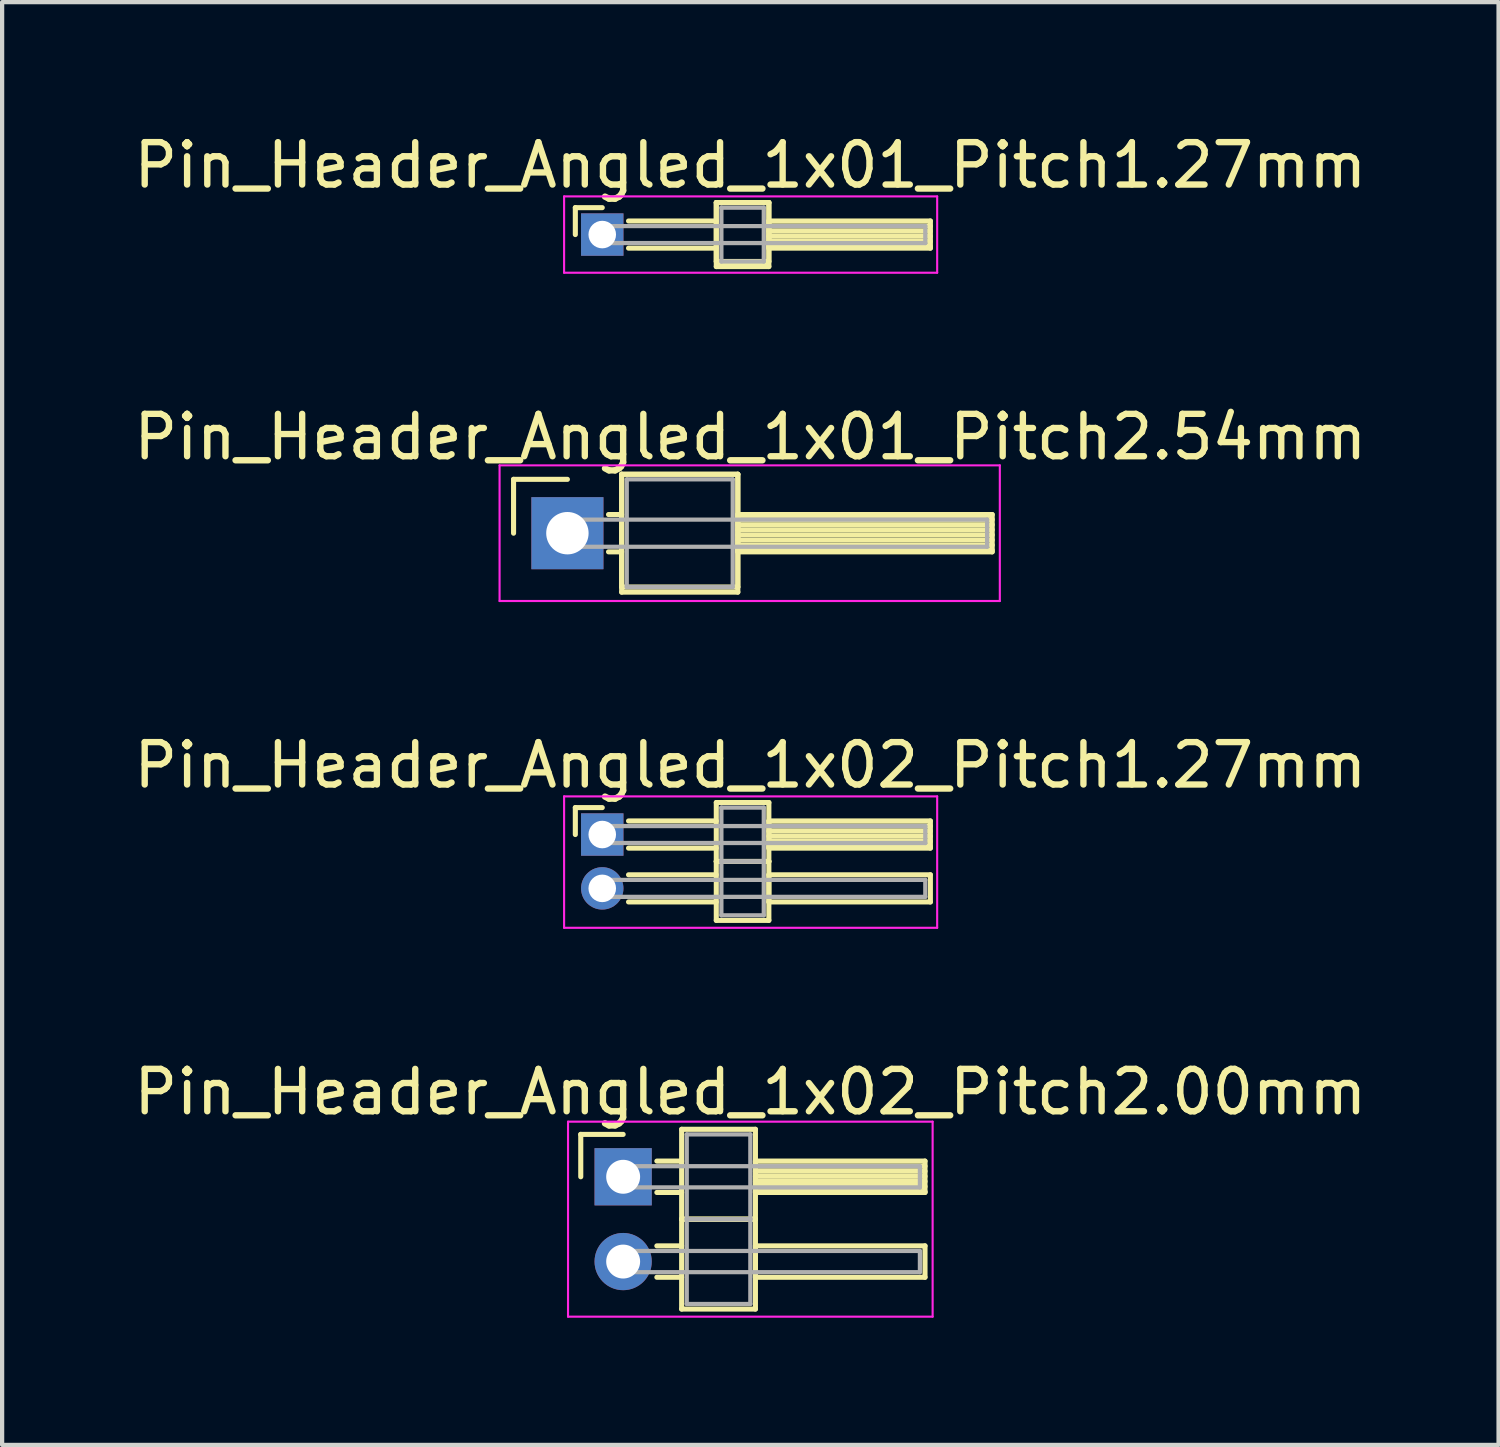
<source format=kicad_pcb>
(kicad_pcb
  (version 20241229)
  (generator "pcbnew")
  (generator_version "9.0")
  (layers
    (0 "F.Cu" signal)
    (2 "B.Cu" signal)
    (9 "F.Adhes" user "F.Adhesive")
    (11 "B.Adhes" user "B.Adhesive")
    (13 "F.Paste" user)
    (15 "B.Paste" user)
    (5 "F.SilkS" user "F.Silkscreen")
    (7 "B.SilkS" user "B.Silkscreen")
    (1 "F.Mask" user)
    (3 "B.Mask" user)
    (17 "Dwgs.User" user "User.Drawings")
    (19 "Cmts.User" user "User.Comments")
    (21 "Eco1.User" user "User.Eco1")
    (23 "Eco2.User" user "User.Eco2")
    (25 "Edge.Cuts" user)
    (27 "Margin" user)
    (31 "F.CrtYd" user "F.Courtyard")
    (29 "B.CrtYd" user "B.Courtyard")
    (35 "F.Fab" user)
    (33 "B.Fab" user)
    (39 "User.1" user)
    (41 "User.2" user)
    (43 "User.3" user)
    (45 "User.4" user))
  (footprint "Pin_Header_Angled_1x02_Pitch2.00mm"
    (layer "F.Cu")
    (at 11.649 24.708)
    (property "Reference" "Pin_Header_Angled_1x02_Pitch2.00mm" (at 3 -2 0) (layer "F.SilkS") (effects (font (size 1 1) (thickness 0.15))))
    (attr through_hole)
    (fp_line (start -1 -1) (end 0 -1) (stroke (width 0.12) (type solid)) (layer "F.SilkS"))
    (fp_line (start -1 0) (end -1 -1) (stroke (width 0.12) (type solid)) (layer "F.SilkS"))
    (fp_line (start 0.795 -0.37) (end 1.38 -0.37) (stroke (width 0.12) (type solid)) (layer "F.SilkS"))
    (fp_line (start 0.795 0.37) (end 1.38 0.37) (stroke (width 0.12) (type solid)) (layer "F.SilkS"))
    (fp_line (start 0.795 1.63) (end 1.38 1.63) (stroke (width 0.12) (type solid)) (layer "F.SilkS"))
    (fp_line (start 0.795 2.37) (end 1.38 2.37) (stroke (width 0.12) (type solid)) (layer "F.SilkS"))
    (fp_line (start 1.38 -1.12) (end 1.38 1) (stroke (width 0.12) (type solid)) (layer "F.SilkS"))
    (fp_line (start 1.38 1) (end 1.38 3.12) (stroke (width 0.12) (type solid)) (layer "F.SilkS"))
    (fp_line (start 1.38 1) (end 3.12 1) (stroke (width 0.12) (type solid)) (layer "F.SilkS"))
    (fp_line (start 1.38 3.12) (end 3.12 3.12) (stroke (width 0.12) (type solid)) (layer "F.SilkS"))
    (fp_line (start 3.12 -1.12) (end 1.38 -1.12) (stroke (width 0.12) (type solid)) (layer "F.SilkS"))
    (fp_line (start 3.12 -0.37) (end 3.12 0.37) (stroke (width 0.12) (type solid)) (layer "F.SilkS"))
    (fp_line (start 3.12 -0.25) (end 7.12 -0.25) (stroke (width 0.12) (type solid)) (layer "F.SilkS"))
    (fp_line (start 3.12 -0.13) (end 7.12 -0.13) (stroke (width 0.12) (type solid)) (layer "F.SilkS"))
    (fp_line (start 3.12 -0.01) (end 7.12 -0.01) (stroke (width 0.12) (type solid)) (layer "F.SilkS"))
    (fp_line (start 3.12 0.11) (end 7.12 0.11) (stroke (width 0.12) (type solid)) (layer "F.SilkS"))
    (fp_line (start 3.12 0.23) (end 7.12 0.23) (stroke (width 0.12) (type solid)) (layer "F.SilkS"))
    (fp_line (start 3.12 0.35) (end 7.12 0.35) (stroke (width 0.12) (type solid)) (layer "F.SilkS"))
    (fp_line (start 3.12 0.37) (end 7.12 0.37) (stroke (width 0.12) (type solid)) (layer "F.SilkS"))
    (fp_line (start 3.12 1) (end 1.38 1) (stroke (width 0.12) (type solid)) (layer "F.SilkS"))
    (fp_line (start 3.12 1) (end 3.12 -1.12) (stroke (width 0.12) (type solid)) (layer "F.SilkS"))
    (fp_line (start 3.12 1.63) (end 3.12 2.37) (stroke (width 0.12) (type solid)) (layer "F.SilkS"))
    (fp_line (start 3.12 2.37) (end 7.12 2.37) (stroke (width 0.12) (type solid)) (layer "F.SilkS"))
    (fp_line (start 3.12 3.12) (end 3.12 1) (stroke (width 0.12) (type solid)) (layer "F.SilkS"))
    (fp_line (start 7.12 -0.37) (end 3.12 -0.37) (stroke (width 0.12) (type solid)) (layer "F.SilkS"))
    (fp_line (start 7.12 0.37) (end 7.12 -0.37) (stroke (width 0.12) (type solid)) (layer "F.SilkS"))
    (fp_line (start 7.12 1.63) (end 3.12 1.63) (stroke (width 0.12) (type solid)) (layer "F.SilkS"))
    (fp_line (start 7.12 2.37) (end 7.12 1.63) (stroke (width 0.12) (type solid)) (layer "F.SilkS"))
    (fp_line (start -1.3 -1.3) (end -1.3 3.3) (stroke (width 0.05) (type solid)) (layer "F.CrtYd"))
    (fp_line (start -1.3 3.3) (end 7.3 3.3) (stroke (width 0.05) (type solid)) (layer "F.CrtYd"))
    (fp_line (start 7.3 -1.3) (end -1.3 -1.3) (stroke (width 0.05) (type solid)) (layer "F.CrtYd"))
    (fp_line (start 7.3 3.3) (end 7.3 -1.3) (stroke (width 0.05) (type solid)) (layer "F.CrtYd"))
    (fp_line (start 0 -0.25) (end 0 0.25) (stroke (width 0.1) (type solid)) (layer "F.Fab"))
    (fp_line (start 0 0.25) (end 7 0.25) (stroke (width 0.1) (type solid)) (layer "F.Fab"))
    (fp_line (start 0 1.75) (end 0 2.25) (stroke (width 0.1) (type solid)) (layer "F.Fab"))
    (fp_line (start 0 2.25) (end 7 2.25) (stroke (width 0.1) (type solid)) (layer "F.Fab"))
    (fp_line (start 1.5 -1) (end 1.5 1) (stroke (width 0.1) (type solid)) (layer "F.Fab"))
    (fp_line (start 1.5 1) (end 1.5 3) (stroke (width 0.1) (type solid)) (layer "F.Fab"))
    (fp_line (start 1.5 1) (end 3 1) (stroke (width 0.1) (type solid)) (layer "F.Fab"))
    (fp_line (start 1.5 3) (end 3 3) (stroke (width 0.1) (type solid)) (layer "F.Fab"))
    (fp_line (start 3 -1) (end 1.5 -1) (stroke (width 0.1) (type solid)) (layer "F.Fab"))
    (fp_line (start 3 1) (end 1.5 1) (stroke (width 0.1) (type solid)) (layer "F.Fab"))
    (fp_line (start 3 1) (end 3 -1) (stroke (width 0.1) (type solid)) (layer "F.Fab"))
    (fp_line (start 3 3) (end 3 1) (stroke (width 0.1) (type solid)) (layer "F.Fab"))
    (fp_line (start 7 -0.25) (end 0 -0.25) (stroke (width 0.1) (type solid)) (layer "F.Fab"))
    (fp_line (start 7 0.25) (end 7 -0.25) (stroke (width 0.1) (type solid)) (layer "F.Fab"))
    (fp_line (start 7 1.75) (end 0 1.75) (stroke (width 0.1) (type solid)) (layer "F.Fab"))
    (fp_line (start 7 2.25) (end 7 1.75) (stroke (width 0.1) (type solid)) (layer "F.Fab"))
    (pad "1" thru_hole rect (at 0 0) (size 1.35 1.35) (drill 0.8) (layers "*.Cu" "*.Mask"))
    (pad "2" thru_hole oval (at 0 2) (size 1.35 1.35) (drill 0.8) (layers "*.Cu" "*.Mask")))
  (footprint "Pin_Header_Angled_1x02_Pitch1.27mm"
    (layer "F.Cu")
    (at 11.156 16.635)
    (property "Reference" "Pin_Header_Angled_1x02_Pitch1.27mm" (at 3.493 -1.635 0) (layer "F.SilkS") (effects (font (size 1 1) (thickness 0.15))))
    (attr through_hole)
    (fp_line (start -0.635 -0.635) (end 0 -0.635) (stroke (width 0.12) (type solid)) (layer "F.SilkS"))
    (fp_line (start -0.635 0) (end -0.635 -0.635) (stroke (width 0.12) (type solid)) (layer "F.SilkS"))
    (fp_line (start 0.62 -0.32) (end 2.69 -0.32) (stroke (width 0.12) (type solid)) (layer "F.SilkS"))
    (fp_line (start 0.62 0.32) (end 2.69 0.32) (stroke (width 0.12) (type solid)) (layer "F.SilkS"))
    (fp_line (start 0.62 0.95) (end 2.69 0.95) (stroke (width 0.12) (type solid)) (layer "F.SilkS"))
    (fp_line (start 0.62 1.59) (end 2.69 1.59) (stroke (width 0.12) (type solid)) (layer "F.SilkS"))
    (fp_line (start 2.69 -0.755) (end 2.69 0.635) (stroke (width 0.12) (type solid)) (layer "F.SilkS"))
    (fp_line (start 2.69 0.635) (end 2.69 2.025) (stroke (width 0.12) (type solid)) (layer "F.SilkS"))
    (fp_line (start 2.69 0.635) (end 3.93 0.635) (stroke (width 0.12) (type solid)) (layer "F.SilkS"))
    (fp_line (start 2.69 2.025) (end 3.93 2.025) (stroke (width 0.12) (type solid)) (layer "F.SilkS"))
    (fp_line (start 3.93 -0.755) (end 2.69 -0.755) (stroke (width 0.12) (type solid)) (layer "F.SilkS"))
    (fp_line (start 3.93 -0.32) (end 3.93 0.32) (stroke (width 0.12) (type solid)) (layer "F.SilkS"))
    (fp_line (start 3.93 -0.2) (end 7.74 -0.2) (stroke (width 0.12) (type solid)) (layer "F.SilkS"))
    (fp_line (start 3.93 -0.08) (end 7.74 -0.08) (stroke (width 0.12) (type solid)) (layer "F.SilkS"))
    (fp_line (start 3.93 0.04) (end 7.74 0.04) (stroke (width 0.12) (type solid)) (layer "F.SilkS"))
    (fp_line (start 3.93 0.16) (end 7.74 0.16) (stroke (width 0.12) (type solid)) (layer "F.SilkS"))
    (fp_line (start 3.93 0.28) (end 7.74 0.28) (stroke (width 0.12) (type solid)) (layer "F.SilkS"))
    (fp_line (start 3.93 0.32) (end 7.74 0.32) (stroke (width 0.12) (type solid)) (layer "F.SilkS"))
    (fp_line (start 3.93 0.635) (end 2.69 0.635) (stroke (width 0.12) (type solid)) (layer "F.SilkS"))
    (fp_line (start 3.93 0.635) (end 3.93 -0.755) (stroke (width 0.12) (type solid)) (layer "F.SilkS"))
    (fp_line (start 3.93 0.95) (end 3.93 1.59) (stroke (width 0.12) (type solid)) (layer "F.SilkS"))
    (fp_line (start 3.93 1.59) (end 7.74 1.59) (stroke (width 0.12) (type solid)) (layer "F.SilkS"))
    (fp_line (start 3.93 2.025) (end 3.93 0.635) (stroke (width 0.12) (type solid)) (layer "F.SilkS"))
    (fp_line (start 7.74 -0.32) (end 3.93 -0.32) (stroke (width 0.12) (type solid)) (layer "F.SilkS"))
    (fp_line (start 7.74 0.32) (end 7.74 -0.32) (stroke (width 0.12) (type solid)) (layer "F.SilkS"))
    (fp_line (start 7.74 0.95) (end 3.93 0.95) (stroke (width 0.12) (type solid)) (layer "F.SilkS"))
    (fp_line (start 7.74 1.59) (end 7.74 0.95) (stroke (width 0.12) (type solid)) (layer "F.SilkS"))
    (fp_line (start -0.9 -0.9) (end -0.9 2.2) (stroke (width 0.05) (type solid)) (layer "F.CrtYd"))
    (fp_line (start -0.9 2.2) (end 7.9 2.2) (stroke (width 0.05) (type solid)) (layer "F.CrtYd"))
    (fp_line (start 7.9 -0.9) (end -0.9 -0.9) (stroke (width 0.05) (type solid)) (layer "F.CrtYd"))
    (fp_line (start 7.9 2.2) (end 7.9 -0.9) (stroke (width 0.05) (type solid)) (layer "F.CrtYd"))
    (fp_line (start 0 -0.2) (end 0 0.2) (stroke (width 0.1) (type solid)) (layer "F.Fab"))
    (fp_line (start 0 0.2) (end 7.62 0.2) (stroke (width 0.1) (type solid)) (layer "F.Fab"))
    (fp_line (start 0 1.07) (end 0 1.47) (stroke (width 0.1) (type solid)) (layer "F.Fab"))
    (fp_line (start 0 1.47) (end 7.62 1.47) (stroke (width 0.1) (type solid)) (layer "F.Fab"))
    (fp_line (start 2.81 -0.635) (end 2.81 0.635) (stroke (width 0.1) (type solid)) (layer "F.Fab"))
    (fp_line (start 2.81 0.635) (end 2.81 1.905) (stroke (width 0.1) (type solid)) (layer "F.Fab"))
    (fp_line (start 2.81 0.635) (end 3.81 0.635) (stroke (width 0.1) (type solid)) (layer "F.Fab"))
    (fp_line (start 2.81 1.905) (end 3.81 1.905) (stroke (width 0.1) (type solid)) (layer "F.Fab"))
    (fp_line (start 3.81 -0.635) (end 2.81 -0.635) (stroke (width 0.1) (type solid)) (layer "F.Fab"))
    (fp_line (start 3.81 0.635) (end 2.81 0.635) (stroke (width 0.1) (type solid)) (layer "F.Fab"))
    (fp_line (start 3.81 0.635) (end 3.81 -0.635) (stroke (width 0.1) (type solid)) (layer "F.Fab"))
    (fp_line (start 3.81 1.905) (end 3.81 0.635) (stroke (width 0.1) (type solid)) (layer "F.Fab"))
    (fp_line (start 7.62 -0.2) (end 0 -0.2) (stroke (width 0.1) (type solid)) (layer "F.Fab"))
    (fp_line (start 7.62 0.2) (end 7.62 -0.2) (stroke (width 0.1) (type solid)) (layer "F.Fab"))
    (fp_line (start 7.62 1.07) (end 0 1.07) (stroke (width 0.1) (type solid)) (layer "F.Fab"))
    (fp_line (start 7.62 1.47) (end 7.62 1.07) (stroke (width 0.1) (type solid)) (layer "F.Fab"))
    (pad "1" thru_hole rect (at 0 0) (size 1 1) (drill 0.65) (layers "*.Cu" "*.Mask"))
    (pad "2" thru_hole oval (at 0 1.27) (size 1 1) (drill 0.65) (layers "*.Cu" "*.Mask")))
  (footprint "Pin_Header_Angled_1x01_Pitch1.27mm"
    (layer "F.Cu")
    (at 11.156 2.483)
    (property "Reference" "Pin_Header_Angled_1x01_Pitch1.27mm" (at 3.493 -1.635 0) (layer "F.SilkS") (effects (font (size 1 1) (thickness 0.15))))
    (attr through_hole)
    (fp_line (start -0.635 -0.635) (end 0 -0.635) (stroke (width 0.12) (type solid)) (layer "F.SilkS"))
    (fp_line (start -0.635 0) (end -0.635 -0.635) (stroke (width 0.12) (type solid)) (layer "F.SilkS"))
    (fp_line (start 0.62 -0.32) (end 2.69 -0.32) (stroke (width 0.12) (type solid)) (layer "F.SilkS"))
    (fp_line (start 0.62 0.32) (end 2.69 0.32) (stroke (width 0.12) (type solid)) (layer "F.SilkS"))
    (fp_line (start 2.69 -0.755) (end 2.69 0.635) (stroke (width 0.12) (type solid)) (layer "F.SilkS"))
    (fp_line (start 2.69 -0.755) (end 2.69 0.755) (stroke (width 0.12) (type solid)) (layer "F.SilkS"))
    (fp_line (start 2.69 0.635) (end 3.93 0.635) (stroke (width 0.12) (type solid)) (layer "F.SilkS"))
    (fp_line (start 2.69 0.755) (end 3.93 0.755) (stroke (width 0.12) (type solid)) (layer "F.SilkS"))
    (fp_line (start 3.93 -0.755) (end 2.69 -0.755) (stroke (width 0.12) (type solid)) (layer "F.SilkS"))
    (fp_line (start 3.93 -0.755) (end 2.69 -0.755) (stroke (width 0.12) (type solid)) (layer "F.SilkS"))
    (fp_line (start 3.93 -0.32) (end 3.93 0.32) (stroke (width 0.12) (type solid)) (layer "F.SilkS"))
    (fp_line (start 3.93 -0.2) (end 7.74 -0.2) (stroke (width 0.12) (type solid)) (layer "F.SilkS"))
    (fp_line (start 3.93 -0.08) (end 7.74 -0.08) (stroke (width 0.12) (type solid)) (layer "F.SilkS"))
    (fp_line (start 3.93 0.04) (end 7.74 0.04) (stroke (width 0.12) (type solid)) (layer "F.SilkS"))
    (fp_line (start 3.93 0.16) (end 7.74 0.16) (stroke (width 0.12) (type solid)) (layer "F.SilkS"))
    (fp_line (start 3.93 0.28) (end 7.74 0.28) (stroke (width 0.12) (type solid)) (layer "F.SilkS"))
    (fp_line (start 3.93 0.32) (end 7.74 0.32) (stroke (width 0.12) (type solid)) (layer "F.SilkS"))
    (fp_line (start 3.93 0.635) (end 3.93 -0.755) (stroke (width 0.12) (type solid)) (layer "F.SilkS"))
    (fp_line (start 3.93 0.755) (end 3.93 -0.755) (stroke (width 0.12) (type solid)) (layer "F.SilkS"))
    (fp_line (start 7.74 -0.32) (end 3.93 -0.32) (stroke (width 0.12) (type solid)) (layer "F.SilkS"))
    (fp_line (start 7.74 0.32) (end 7.74 -0.32) (stroke (width 0.12) (type solid)) (layer "F.SilkS"))
    (fp_line (start -0.9 -0.9) (end -0.9 0.9) (stroke (width 0.05) (type solid)) (layer "F.CrtYd"))
    (fp_line (start -0.9 0.9) (end 7.9 0.9) (stroke (width 0.05) (type solid)) (layer "F.CrtYd"))
    (fp_line (start 7.9 -0.9) (end -0.9 -0.9) (stroke (width 0.05) (type solid)) (layer "F.CrtYd"))
    (fp_line (start 7.9 0.9) (end 7.9 -0.9) (stroke (width 0.05) (type solid)) (layer "F.CrtYd"))
    (fp_line (start 0 -0.2) (end 0 0.2) (stroke (width 0.1) (type solid)) (layer "F.Fab"))
    (fp_line (start 0 0.2) (end 7.62 0.2) (stroke (width 0.1) (type solid)) (layer "F.Fab"))
    (fp_line (start 2.81 -0.635) (end 2.81 0.635) (stroke (width 0.1) (type solid)) (layer "F.Fab"))
    (fp_line (start 2.81 0.635) (end 3.81 0.635) (stroke (width 0.1) (type solid)) (layer "F.Fab"))
    (fp_line (start 3.81 -0.635) (end 2.81 -0.635) (stroke (width 0.1) (type solid)) (layer "F.Fab"))
    (fp_line (start 3.81 0.635) (end 3.81 -0.635) (stroke (width 0.1) (type solid)) (layer "F.Fab"))
    (fp_line (start 7.62 -0.2) (end 0 -0.2) (stroke (width 0.1) (type solid)) (layer "F.Fab"))
    (fp_line (start 7.62 0.2) (end 7.62 -0.2) (stroke (width 0.1) (type solid)) (layer "F.Fab"))
    (pad "1" thru_hole rect (at 0 0) (size 1 1) (drill 0.65) (layers "*.Cu" "*.Mask")))
  (footprint "Pin_Header_Angled_1x01_Pitch2.54mm"
    (layer "F.Cu")
    (at 10.334 9.527)
    (property "Reference" "Pin_Header_Angled_1x01_Pitch2.54mm" (at 4.315 -2.27 0) (layer "F.SilkS") (effects (font (size 1 1) (thickness 0.15))))
    (attr through_hole)
    (fp_line (start -1.27 -1.27) (end 0 -1.27) (stroke (width 0.12) (type solid)) (layer "F.SilkS"))
    (fp_line (start -1.27 0) (end -1.27 -1.27) (stroke (width 0.12) (type solid)) (layer "F.SilkS"))
    (fp_line (start 0.97 -0.44) (end 1.28 -0.44) (stroke (width 0.12) (type solid)) (layer "F.SilkS"))
    (fp_line (start 0.97 0.44) (end 1.28 0.44) (stroke (width 0.12) (type solid)) (layer "F.SilkS"))
    (fp_line (start 1.28 -1.39) (end 1.28 1.27) (stroke (width 0.12) (type solid)) (layer "F.SilkS"))
    (fp_line (start 1.28 -1.39) (end 1.28 1.39) (stroke (width 0.12) (type solid)) (layer "F.SilkS"))
    (fp_line (start 1.28 1.27) (end 4.02 1.27) (stroke (width 0.12) (type solid)) (layer "F.SilkS"))
    (fp_line (start 1.28 1.39) (end 4.02 1.39) (stroke (width 0.12) (type solid)) (layer "F.SilkS"))
    (fp_line (start 4.02 -1.39) (end 1.28 -1.39) (stroke (width 0.12) (type solid)) (layer "F.SilkS"))
    (fp_line (start 4.02 -1.39) (end 1.28 -1.39) (stroke (width 0.12) (type solid)) (layer "F.SilkS"))
    (fp_line (start 4.02 -0.44) (end 4.02 0.44) (stroke (width 0.12) (type solid)) (layer "F.SilkS"))
    (fp_line (start 4.02 -0.32) (end 10.02 -0.32) (stroke (width 0.12) (type solid)) (layer "F.SilkS"))
    (fp_line (start 4.02 -0.2) (end 10.02 -0.2) (stroke (width 0.12) (type solid)) (layer "F.SilkS"))
    (fp_line (start 4.02 -0.08) (end 10.02 -0.08) (stroke (width 0.12) (type solid)) (layer "F.SilkS"))
    (fp_line (start 4.02 0.04) (end 10.02 0.04) (stroke (width 0.12) (type solid)) (layer "F.SilkS"))
    (fp_line (start 4.02 0.16) (end 10.02 0.16) (stroke (width 0.12) (type solid)) (layer "F.SilkS"))
    (fp_line (start 4.02 0.28) (end 10.02 0.28) (stroke (width 0.12) (type solid)) (layer "F.SilkS"))
    (fp_line (start 4.02 0.4) (end 10.02 0.4) (stroke (width 0.12) (type solid)) (layer "F.SilkS"))
    (fp_line (start 4.02 0.44) (end 10.02 0.44) (stroke (width 0.12) (type solid)) (layer "F.SilkS"))
    (fp_line (start 4.02 1.27) (end 4.02 -1.39) (stroke (width 0.12) (type solid)) (layer "F.SilkS"))
    (fp_line (start 4.02 1.39) (end 4.02 -1.39) (stroke (width 0.12) (type solid)) (layer "F.SilkS"))
    (fp_line (start 10.02 -0.44) (end 4.02 -0.44) (stroke (width 0.12) (type solid)) (layer "F.SilkS"))
    (fp_line (start 10.02 0.44) (end 10.02 -0.44) (stroke (width 0.12) (type solid)) (layer "F.SilkS"))
    (fp_line (start -1.6 -1.6) (end -1.6 1.6) (stroke (width 0.05) (type solid)) (layer "F.CrtYd"))
    (fp_line (start -1.6 1.6) (end 10.2 1.6) (stroke (width 0.05) (type solid)) (layer "F.CrtYd"))
    (fp_line (start 10.2 -1.6) (end -1.6 -1.6) (stroke (width 0.05) (type solid)) (layer "F.CrtYd"))
    (fp_line (start 10.2 1.6) (end 10.2 -1.6) (stroke (width 0.05) (type solid)) (layer "F.CrtYd"))
    (fp_line (start 0 -0.32) (end 0 0.32) (stroke (width 0.1) (type solid)) (layer "F.Fab"))
    (fp_line (start 0 0.32) (end 9.9 0.32) (stroke (width 0.1) (type solid)) (layer "F.Fab"))
    (fp_line (start 1.4 -1.27) (end 1.4 1.27) (stroke (width 0.1) (type solid)) (layer "F.Fab"))
    (fp_line (start 1.4 1.27) (end 3.9 1.27) (stroke (width 0.1) (type solid)) (layer "F.Fab"))
    (fp_line (start 3.9 -1.27) (end 1.4 -1.27) (stroke (width 0.1) (type solid)) (layer "F.Fab"))
    (fp_line (start 3.9 1.27) (end 3.9 -1.27) (stroke (width 0.1) (type solid)) (layer "F.Fab"))
    (fp_line (start 9.9 -0.32) (end 0 -0.32) (stroke (width 0.1) (type solid)) (layer "F.Fab"))
    (fp_line (start 9.9 0.32) (end 9.9 -0.32) (stroke (width 0.1) (type solid)) (layer "F.Fab"))
    (pad "1" thru_hole rect (at 0 0) (size 1.7 1.7) (drill 1) (layers "*.Cu" "*.Mask")))
  (gr_rect
    (start -3 -3)
    (end 32.298 31.033)
    (stroke (width 0.1) (type default))
    (fill no)
    (layer "Edge.Cuts")))
</source>
